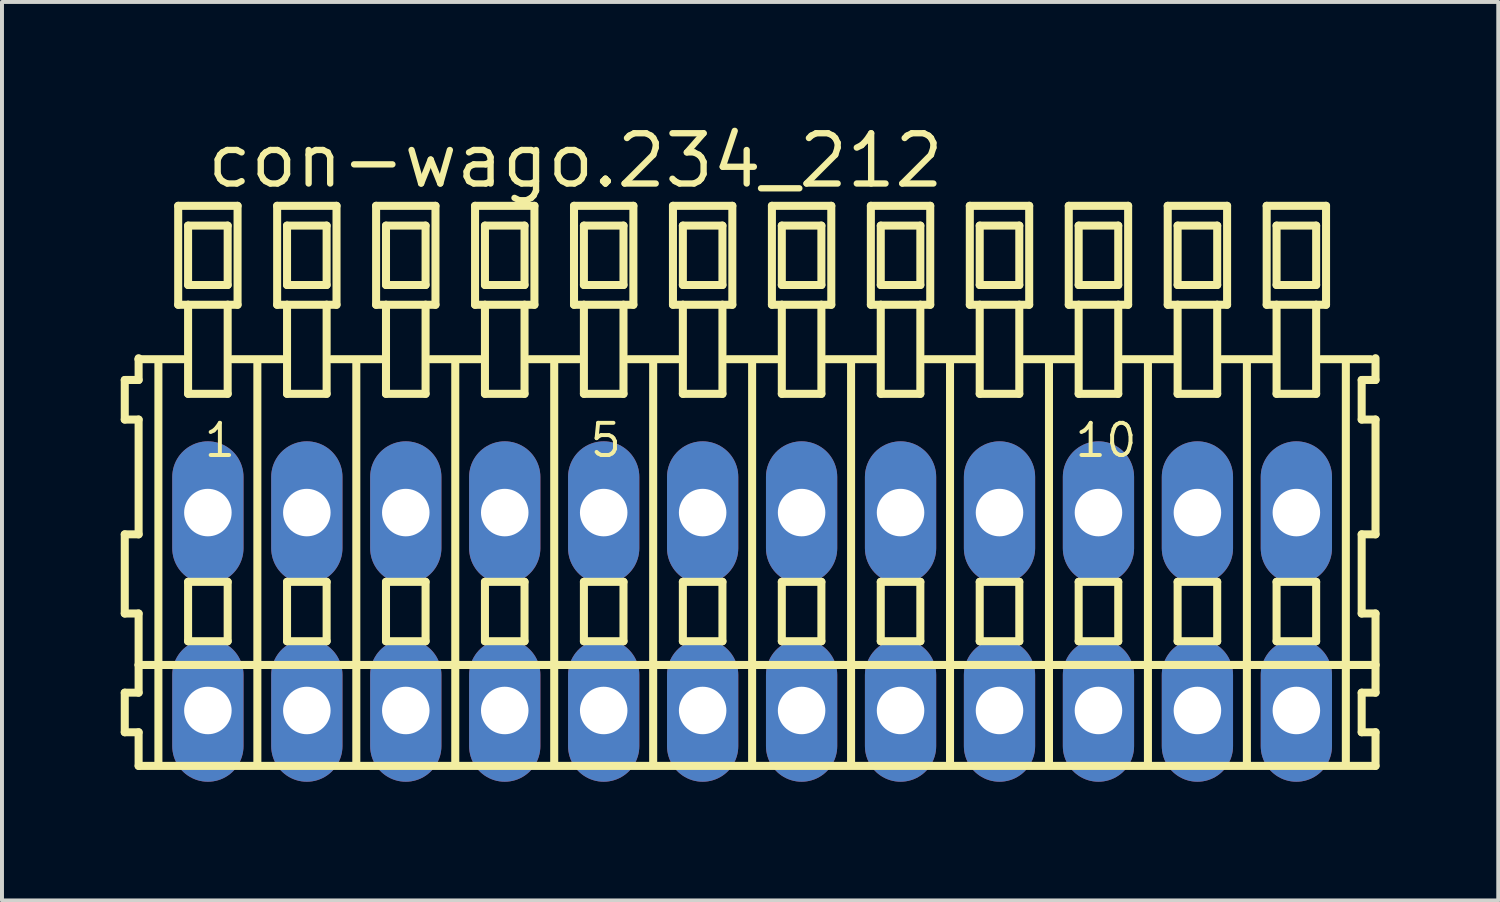
<source format=kicad_pcb>
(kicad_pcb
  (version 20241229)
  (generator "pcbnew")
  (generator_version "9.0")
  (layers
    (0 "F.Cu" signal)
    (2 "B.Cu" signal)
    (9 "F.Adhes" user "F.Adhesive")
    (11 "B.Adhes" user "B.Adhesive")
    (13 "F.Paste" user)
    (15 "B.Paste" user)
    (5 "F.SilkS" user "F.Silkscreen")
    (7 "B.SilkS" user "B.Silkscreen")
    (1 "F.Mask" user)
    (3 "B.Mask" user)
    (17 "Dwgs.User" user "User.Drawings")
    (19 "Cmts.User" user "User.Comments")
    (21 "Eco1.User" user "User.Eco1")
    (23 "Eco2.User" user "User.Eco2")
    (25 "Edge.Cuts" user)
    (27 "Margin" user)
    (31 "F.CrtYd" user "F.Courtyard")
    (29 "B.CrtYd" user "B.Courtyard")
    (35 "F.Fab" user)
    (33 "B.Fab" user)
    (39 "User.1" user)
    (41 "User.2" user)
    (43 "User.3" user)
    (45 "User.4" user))
  (footprint "con-wago.234_212"
    (layer "F.Cu")
    (at 15.952 12.4)
    (property "Reference" "con-wago.234_212" (at -13.85 -10.65 0) (layer "F.SilkS") (effects (font (size 1.27 1.27) (thickness 0.16)) (justify left bottom)))
    (attr through_hole)
    (fp_line (start -15.85 -5.85) (end -15.85 -4.85) (stroke (width 0.203) (type default)) (layer "F.SilkS"))
    (fp_line (start -15.85 -4.85) (end -15.5 -4.85) (stroke (width 0.203) (type default)) (layer "F.SilkS"))
    (fp_line (start -15.85 -1.95) (end -15.85 0.05) (stroke (width 0.203) (type default)) (layer "F.SilkS"))
    (fp_line (start -15.85 0.05) (end -15.5 0.05) (stroke (width 0.203) (type default)) (layer "F.SilkS"))
    (fp_line (start -15.85 2.05) (end -15.85 3.05) (stroke (width 0.203) (type default)) (layer "F.SilkS"))
    (fp_line (start -15.85 3.05) (end -15.5 3.05) (stroke (width 0.203) (type default)) (layer "F.SilkS"))
    (fp_line (start -15.5 -6.4) (end -15.5 -6.375) (stroke (width 0.203) (type default)) (layer "F.SilkS"))
    (fp_line (start -15.5 -6.375) (end -15.5 -5.85) (stroke (width 0.203) (type default)) (layer "F.SilkS"))
    (fp_line (start -15.5 -6.375) (end -14.375 -6.375) (stroke (width 0.203) (type default)) (layer "F.SilkS"))
    (fp_line (start -15.5 -5.85) (end -15.85 -5.85) (stroke (width 0.203) (type default)) (layer "F.SilkS"))
    (fp_line (start -15.5 -4.85) (end -15.5 -1.95) (stroke (width 0.203) (type default)) (layer "F.SilkS"))
    (fp_line (start -15.5 -1.95) (end -15.85 -1.95) (stroke (width 0.203) (type default)) (layer "F.SilkS"))
    (fp_line (start -15.5 0.05) (end -15.5 1.35) (stroke (width 0.203) (type default)) (layer "F.SilkS"))
    (fp_line (start -15.5 1.35) (end -15.5 2.05) (stroke (width 0.203) (type default)) (layer "F.SilkS"))
    (fp_line (start -15.5 1.35) (end 15.75 1.35) (stroke (width 0.203) (type default)) (layer "F.SilkS"))
    (fp_line (start -15.5 2.05) (end -15.85 2.05) (stroke (width 0.203) (type default)) (layer "F.SilkS"))
    (fp_line (start -15.5 3.05) (end -15.5 3.9) (stroke (width 0.203) (type default)) (layer "F.SilkS"))
    (fp_line (start -15.5 3.9) (end 15.75 3.9) (stroke (width 0.203) (type default)) (layer "F.SilkS"))
    (fp_line (start -15 -6.35) (end -15 3.8) (stroke (width 0.203) (type default)) (layer "F.SilkS"))
    (fp_line (start -14.5 -10.25) (end -14.5 -7.75) (stroke (width 0.203) (type default)) (layer "F.SilkS"))
    (fp_line (start -14.5 -7.75) (end -14.25 -7.75) (stroke (width 0.203) (type default)) (layer "F.SilkS"))
    (fp_line (start -14.25 -9.75) (end -14.25 -8.25) (stroke (width 0.203) (type default)) (layer "F.SilkS"))
    (fp_line (start -14.25 -8.25) (end -13.25 -8.25) (stroke (width 0.203) (type default)) (layer "F.SilkS"))
    (fp_line (start -14.25 -7.75) (end -14.25 -5.5) (stroke (width 0.203) (type default)) (layer "F.SilkS"))
    (fp_line (start -14.25 -7.75) (end -13.25 -7.75) (stroke (width 0.203) (type default)) (layer "F.SilkS"))
    (fp_line (start -14.25 -5.5) (end -13.25 -5.5) (stroke (width 0.203) (type default)) (layer "F.SilkS"))
    (fp_line (start -14.25 -0.75) (end -14.25 0.75) (stroke (width 0.203) (type default)) (layer "F.SilkS"))
    (fp_line (start -14.25 0.75) (end -13.25 0.75) (stroke (width 0.203) (type default)) (layer "F.SilkS"))
    (fp_line (start -13.25 -9.75) (end -14.25 -9.75) (stroke (width 0.203) (type default)) (layer "F.SilkS"))
    (fp_line (start -13.25 -8.25) (end -13.25 -9.75) (stroke (width 0.203) (type default)) (layer "F.SilkS"))
    (fp_line (start -13.25 -7.75) (end -13 -7.75) (stroke (width 0.203) (type default)) (layer "F.SilkS"))
    (fp_line (start -13.25 -5.5) (end -13.25 -7.75) (stroke (width 0.203) (type default)) (layer "F.SilkS"))
    (fp_line (start -13.25 -0.75) (end -14.25 -0.75) (stroke (width 0.203) (type default)) (layer "F.SilkS"))
    (fp_line (start -13.25 0.75) (end -13.25 -0.75) (stroke (width 0.203) (type default)) (layer "F.SilkS"))
    (fp_line (start -13.125 -6.375) (end -11.875 -6.375) (stroke (width 0.203) (type default)) (layer "F.SilkS"))
    (fp_line (start -13 -10.25) (end -14.5 -10.25) (stroke (width 0.203) (type default)) (layer "F.SilkS"))
    (fp_line (start -13 -7.75) (end -13 -10.25) (stroke (width 0.203) (type default)) (layer "F.SilkS"))
    (fp_line (start -12.5 -6.35) (end -12.5 3.8) (stroke (width 0.203) (type default)) (layer "F.SilkS"))
    (fp_line (start -12 -10.25) (end -12 -7.75) (stroke (width 0.203) (type default)) (layer "F.SilkS"))
    (fp_line (start -12 -7.75) (end -11.75 -7.75) (stroke (width 0.203) (type default)) (layer "F.SilkS"))
    (fp_line (start -11.75 -9.75) (end -11.75 -8.25) (stroke (width 0.203) (type default)) (layer "F.SilkS"))
    (fp_line (start -11.75 -8.25) (end -10.75 -8.25) (stroke (width 0.203) (type default)) (layer "F.SilkS"))
    (fp_line (start -11.75 -7.75) (end -11.75 -5.5) (stroke (width 0.203) (type default)) (layer "F.SilkS"))
    (fp_line (start -11.75 -7.75) (end -10.75 -7.75) (stroke (width 0.203) (type default)) (layer "F.SilkS"))
    (fp_line (start -11.75 -5.5) (end -10.75 -5.5) (stroke (width 0.203) (type default)) (layer "F.SilkS"))
    (fp_line (start -11.75 -0.75) (end -11.75 0.75) (stroke (width 0.203) (type default)) (layer "F.SilkS"))
    (fp_line (start -11.75 0.75) (end -10.75 0.75) (stroke (width 0.203) (type default)) (layer "F.SilkS"))
    (fp_line (start -10.75 -9.75) (end -11.75 -9.75) (stroke (width 0.203) (type default)) (layer "F.SilkS"))
    (fp_line (start -10.75 -8.25) (end -10.75 -9.75) (stroke (width 0.203) (type default)) (layer "F.SilkS"))
    (fp_line (start -10.75 -7.75) (end -10.5 -7.75) (stroke (width 0.203) (type default)) (layer "F.SilkS"))
    (fp_line (start -10.75 -5.5) (end -10.75 -7.75) (stroke (width 0.203) (type default)) (layer "F.SilkS"))
    (fp_line (start -10.75 -0.75) (end -11.75 -0.75) (stroke (width 0.203) (type default)) (layer "F.SilkS"))
    (fp_line (start -10.75 0.75) (end -10.75 -0.75) (stroke (width 0.203) (type default)) (layer "F.SilkS"))
    (fp_line (start -10.625 -6.375) (end -9.375 -6.375) (stroke (width 0.203) (type default)) (layer "F.SilkS"))
    (fp_line (start -10.5 -10.25) (end -12 -10.25) (stroke (width 0.203) (type default)) (layer "F.SilkS"))
    (fp_line (start -10.5 -7.75) (end -10.5 -10.25) (stroke (width 0.203) (type default)) (layer "F.SilkS"))
    (fp_line (start -10 -6.35) (end -10 3.8) (stroke (width 0.203) (type default)) (layer "F.SilkS"))
    (fp_line (start -9.5 -10.25) (end -9.5 -7.75) (stroke (width 0.203) (type default)) (layer "F.SilkS"))
    (fp_line (start -9.5 -7.75) (end -9.25 -7.75) (stroke (width 0.203) (type default)) (layer "F.SilkS"))
    (fp_line (start -9.25 -9.75) (end -9.25 -8.25) (stroke (width 0.203) (type default)) (layer "F.SilkS"))
    (fp_line (start -9.25 -8.25) (end -8.25 -8.25) (stroke (width 0.203) (type default)) (layer "F.SilkS"))
    (fp_line (start -9.25 -7.75) (end -9.25 -5.5) (stroke (width 0.203) (type default)) (layer "F.SilkS"))
    (fp_line (start -9.25 -7.75) (end -8.25 -7.75) (stroke (width 0.203) (type default)) (layer "F.SilkS"))
    (fp_line (start -9.25 -5.5) (end -8.25 -5.5) (stroke (width 0.203) (type default)) (layer "F.SilkS"))
    (fp_line (start -9.25 -0.75) (end -9.25 0.75) (stroke (width 0.203) (type default)) (layer "F.SilkS"))
    (fp_line (start -9.25 0.75) (end -8.25 0.75) (stroke (width 0.203) (type default)) (layer "F.SilkS"))
    (fp_line (start -8.25 -9.75) (end -9.25 -9.75) (stroke (width 0.203) (type default)) (layer "F.SilkS"))
    (fp_line (start -8.25 -8.25) (end -8.25 -9.75) (stroke (width 0.203) (type default)) (layer "F.SilkS"))
    (fp_line (start -8.25 -7.75) (end -8 -7.75) (stroke (width 0.203) (type default)) (layer "F.SilkS"))
    (fp_line (start -8.25 -5.5) (end -8.25 -7.75) (stroke (width 0.203) (type default)) (layer "F.SilkS"))
    (fp_line (start -8.25 -0.75) (end -9.25 -0.75) (stroke (width 0.203) (type default)) (layer "F.SilkS"))
    (fp_line (start -8.25 0.75) (end -8.25 -0.75) (stroke (width 0.203) (type default)) (layer "F.SilkS"))
    (fp_line (start -8.125 -6.375) (end -6.875 -6.375) (stroke (width 0.203) (type default)) (layer "F.SilkS"))
    (fp_line (start -8 -10.25) (end -9.5 -10.25) (stroke (width 0.203) (type default)) (layer "F.SilkS"))
    (fp_line (start -8 -7.75) (end -8 -10.25) (stroke (width 0.203) (type default)) (layer "F.SilkS"))
    (fp_line (start -7.5 -6.35) (end -7.5 3.8) (stroke (width 0.203) (type default)) (layer "F.SilkS"))
    (fp_line (start -7 -10.25) (end -7 -7.75) (stroke (width 0.203) (type default)) (layer "F.SilkS"))
    (fp_line (start -7 -7.75) (end -6.75 -7.75) (stroke (width 0.203) (type default)) (layer "F.SilkS"))
    (fp_line (start -6.75 -9.75) (end -6.75 -8.25) (stroke (width 0.203) (type default)) (layer "F.SilkS"))
    (fp_line (start -6.75 -8.25) (end -5.75 -8.25) (stroke (width 0.203) (type default)) (layer "F.SilkS"))
    (fp_line (start -6.75 -7.75) (end -6.75 -5.5) (stroke (width 0.203) (type default)) (layer "F.SilkS"))
    (fp_line (start -6.75 -7.75) (end -5.75 -7.75) (stroke (width 0.203) (type default)) (layer "F.SilkS"))
    (fp_line (start -6.75 -5.5) (end -5.75 -5.5) (stroke (width 0.203) (type default)) (layer "F.SilkS"))
    (fp_line (start -6.75 -0.75) (end -6.75 0.75) (stroke (width 0.203) (type default)) (layer "F.SilkS"))
    (fp_line (start -6.75 0.75) (end -5.75 0.75) (stroke (width 0.203) (type default)) (layer "F.SilkS"))
    (fp_line (start -5.75 -9.75) (end -6.75 -9.75) (stroke (width 0.203) (type default)) (layer "F.SilkS"))
    (fp_line (start -5.75 -8.25) (end -5.75 -9.75) (stroke (width 0.203) (type default)) (layer "F.SilkS"))
    (fp_line (start -5.75 -7.75) (end -5.5 -7.75) (stroke (width 0.203) (type default)) (layer "F.SilkS"))
    (fp_line (start -5.75 -5.5) (end -5.75 -7.75) (stroke (width 0.203) (type default)) (layer "F.SilkS"))
    (fp_line (start -5.75 -0.75) (end -6.75 -0.75) (stroke (width 0.203) (type default)) (layer "F.SilkS"))
    (fp_line (start -5.75 0.75) (end -5.75 -0.75) (stroke (width 0.203) (type default)) (layer "F.SilkS"))
    (fp_line (start -5.625 -6.375) (end -4.375 -6.375) (stroke (width 0.203) (type default)) (layer "F.SilkS"))
    (fp_line (start -5.5 -10.25) (end -7 -10.25) (stroke (width 0.203) (type default)) (layer "F.SilkS"))
    (fp_line (start -5.5 -7.75) (end -5.5 -10.25) (stroke (width 0.203) (type default)) (layer "F.SilkS"))
    (fp_line (start -5 -6.35) (end -5 3.8) (stroke (width 0.203) (type default)) (layer "F.SilkS"))
    (fp_line (start -4.5 -10.25) (end -4.5 -7.75) (stroke (width 0.203) (type default)) (layer "F.SilkS"))
    (fp_line (start -4.5 -7.75) (end -4.25 -7.75) (stroke (width 0.203) (type default)) (layer "F.SilkS"))
    (fp_line (start -4.25 -9.75) (end -4.25 -8.25) (stroke (width 0.203) (type default)) (layer "F.SilkS"))
    (fp_line (start -4.25 -8.25) (end -3.25 -8.25) (stroke (width 0.203) (type default)) (layer "F.SilkS"))
    (fp_line (start -4.25 -7.75) (end -4.25 -5.5) (stroke (width 0.203) (type default)) (layer "F.SilkS"))
    (fp_line (start -4.25 -7.75) (end -3.25 -7.75) (stroke (width 0.203) (type default)) (layer "F.SilkS"))
    (fp_line (start -4.25 -5.5) (end -3.25 -5.5) (stroke (width 0.203) (type default)) (layer "F.SilkS"))
    (fp_line (start -4.25 -0.75) (end -4.25 0.75) (stroke (width 0.203) (type default)) (layer "F.SilkS"))
    (fp_line (start -4.25 0.75) (end -3.25 0.75) (stroke (width 0.203) (type default)) (layer "F.SilkS"))
    (fp_line (start -3.25 -9.75) (end -4.25 -9.75) (stroke (width 0.203) (type default)) (layer "F.SilkS"))
    (fp_line (start -3.25 -8.25) (end -3.25 -9.75) (stroke (width 0.203) (type default)) (layer "F.SilkS"))
    (fp_line (start -3.25 -7.75) (end -3 -7.75) (stroke (width 0.203) (type default)) (layer "F.SilkS"))
    (fp_line (start -3.25 -5.5) (end -3.25 -7.75) (stroke (width 0.203) (type default)) (layer "F.SilkS"))
    (fp_line (start -3.25 -0.75) (end -4.25 -0.75) (stroke (width 0.203) (type default)) (layer "F.SilkS"))
    (fp_line (start -3.25 0.75) (end -3.25 -0.75) (stroke (width 0.203) (type default)) (layer "F.SilkS"))
    (fp_line (start -3.125 -6.375) (end -1.875 -6.375) (stroke (width 0.203) (type default)) (layer "F.SilkS"))
    (fp_line (start -3 -10.25) (end -4.5 -10.25) (stroke (width 0.203) (type default)) (layer "F.SilkS"))
    (fp_line (start -3 -7.75) (end -3 -10.25) (stroke (width 0.203) (type default)) (layer "F.SilkS"))
    (fp_line (start -2.5 -6.35) (end -2.5 3.8) (stroke (width 0.203) (type default)) (layer "F.SilkS"))
    (fp_line (start -2 -10.25) (end -2 -7.75) (stroke (width 0.203) (type default)) (layer "F.SilkS"))
    (fp_line (start -2 -7.75) (end -1.75 -7.75) (stroke (width 0.203) (type default)) (layer "F.SilkS"))
    (fp_line (start -1.75 -9.75) (end -1.75 -8.25) (stroke (width 0.203) (type default)) (layer "F.SilkS"))
    (fp_line (start -1.75 -8.25) (end -0.75 -8.25) (stroke (width 0.203) (type default)) (layer "F.SilkS"))
    (fp_line (start -1.75 -7.75) (end -1.75 -5.5) (stroke (width 0.203) (type default)) (layer "F.SilkS"))
    (fp_line (start -1.75 -7.75) (end -0.75 -7.75) (stroke (width 0.203) (type default)) (layer "F.SilkS"))
    (fp_line (start -1.75 -5.5) (end -0.75 -5.5) (stroke (width 0.203) (type default)) (layer "F.SilkS"))
    (fp_line (start -1.75 -0.75) (end -1.75 0.75) (stroke (width 0.203) (type default)) (layer "F.SilkS"))
    (fp_line (start -1.75 0.75) (end -0.75 0.75) (stroke (width 0.203) (type default)) (layer "F.SilkS"))
    (fp_line (start -0.75 -9.75) (end -1.75 -9.75) (stroke (width 0.203) (type default)) (layer "F.SilkS"))
    (fp_line (start -0.75 -8.25) (end -0.75 -9.75) (stroke (width 0.203) (type default)) (layer "F.SilkS"))
    (fp_line (start -0.75 -7.75) (end -0.5 -7.75) (stroke (width 0.203) (type default)) (layer "F.SilkS"))
    (fp_line (start -0.75 -5.5) (end -0.75 -7.75) (stroke (width 0.203) (type default)) (layer "F.SilkS"))
    (fp_line (start -0.75 -0.75) (end -1.75 -0.75) (stroke (width 0.203) (type default)) (layer "F.SilkS"))
    (fp_line (start -0.75 0.75) (end -0.75 -0.75) (stroke (width 0.203) (type default)) (layer "F.SilkS"))
    (fp_line (start -0.625 -6.375) (end 0.625 -6.375) (stroke (width 0.203) (type default)) (layer "F.SilkS"))
    (fp_line (start -0.5 -10.25) (end -2 -10.25) (stroke (width 0.203) (type default)) (layer "F.SilkS"))
    (fp_line (start -0.5 -7.75) (end -0.5 -10.25) (stroke (width 0.203) (type default)) (layer "F.SilkS"))
    (fp_line (start 0 -6.35) (end 0 3.8) (stroke (width 0.203) (type default)) (layer "F.SilkS"))
    (fp_line (start 0.5 -10.25) (end 0.5 -7.75) (stroke (width 0.203) (type default)) (layer "F.SilkS"))
    (fp_line (start 0.5 -7.75) (end 0.75 -7.75) (stroke (width 0.203) (type default)) (layer "F.SilkS"))
    (fp_line (start 0.75 -9.75) (end 0.75 -8.25) (stroke (width 0.203) (type default)) (layer "F.SilkS"))
    (fp_line (start 0.75 -8.25) (end 1.75 -8.25) (stroke (width 0.203) (type default)) (layer "F.SilkS"))
    (fp_line (start 0.75 -7.75) (end 0.75 -5.5) (stroke (width 0.203) (type default)) (layer "F.SilkS"))
    (fp_line (start 0.75 -7.75) (end 1.75 -7.75) (stroke (width 0.203) (type default)) (layer "F.SilkS"))
    (fp_line (start 0.75 -5.5) (end 1.75 -5.5) (stroke (width 0.203) (type default)) (layer "F.SilkS"))
    (fp_line (start 0.75 -0.75) (end 0.75 0.75) (stroke (width 0.203) (type default)) (layer "F.SilkS"))
    (fp_line (start 0.75 0.75) (end 1.75 0.75) (stroke (width 0.203) (type default)) (layer "F.SilkS"))
    (fp_line (start 1.75 -9.75) (end 0.75 -9.75) (stroke (width 0.203) (type default)) (layer "F.SilkS"))
    (fp_line (start 1.75 -8.25) (end 1.75 -9.75) (stroke (width 0.203) (type default)) (layer "F.SilkS"))
    (fp_line (start 1.75 -7.75) (end 2 -7.75) (stroke (width 0.203) (type default)) (layer "F.SilkS"))
    (fp_line (start 1.75 -5.5) (end 1.75 -7.75) (stroke (width 0.203) (type default)) (layer "F.SilkS"))
    (fp_line (start 1.75 -0.75) (end 0.75 -0.75) (stroke (width 0.203) (type default)) (layer "F.SilkS"))
    (fp_line (start 1.75 0.75) (end 1.75 -0.75) (stroke (width 0.203) (type default)) (layer "F.SilkS"))
    (fp_line (start 1.875 -6.375) (end 3.125 -6.375) (stroke (width 0.203) (type default)) (layer "F.SilkS"))
    (fp_line (start 2 -10.25) (end 0.5 -10.25) (stroke (width 0.203) (type default)) (layer "F.SilkS"))
    (fp_line (start 2 -7.75) (end 2 -10.25) (stroke (width 0.203) (type default)) (layer "F.SilkS"))
    (fp_line (start 2.5 -6.35) (end 2.5 3.8) (stroke (width 0.203) (type default)) (layer "F.SilkS"))
    (fp_line (start 3 -10.25) (end 3 -7.75) (stroke (width 0.203) (type default)) (layer "F.SilkS"))
    (fp_line (start 3 -7.75) (end 3.25 -7.75) (stroke (width 0.203) (type default)) (layer "F.SilkS"))
    (fp_line (start 3.25 -9.75) (end 3.25 -8.25) (stroke (width 0.203) (type default)) (layer "F.SilkS"))
    (fp_line (start 3.25 -8.25) (end 4.25 -8.25) (stroke (width 0.203) (type default)) (layer "F.SilkS"))
    (fp_line (start 3.25 -7.75) (end 3.25 -5.5) (stroke (width 0.203) (type default)) (layer "F.SilkS"))
    (fp_line (start 3.25 -7.75) (end 4.25 -7.75) (stroke (width 0.203) (type default)) (layer "F.SilkS"))
    (fp_line (start 3.25 -5.5) (end 4.25 -5.5) (stroke (width 0.203) (type default)) (layer "F.SilkS"))
    (fp_line (start 3.25 -0.75) (end 3.25 0.75) (stroke (width 0.203) (type default)) (layer "F.SilkS"))
    (fp_line (start 3.25 0.75) (end 4.25 0.75) (stroke (width 0.203) (type default)) (layer "F.SilkS"))
    (fp_line (start 4.25 -9.75) (end 3.25 -9.75) (stroke (width 0.203) (type default)) (layer "F.SilkS"))
    (fp_line (start 4.25 -8.25) (end 4.25 -9.75) (stroke (width 0.203) (type default)) (layer "F.SilkS"))
    (fp_line (start 4.25 -7.75) (end 4.5 -7.75) (stroke (width 0.203) (type default)) (layer "F.SilkS"))
    (fp_line (start 4.25 -5.5) (end 4.25 -7.75) (stroke (width 0.203) (type default)) (layer "F.SilkS"))
    (fp_line (start 4.25 -0.75) (end 3.25 -0.75) (stroke (width 0.203) (type default)) (layer "F.SilkS"))
    (fp_line (start 4.25 0.75) (end 4.25 -0.75) (stroke (width 0.203) (type default)) (layer "F.SilkS"))
    (fp_line (start 4.375 -6.375) (end 5.625 -6.375) (stroke (width 0.203) (type default)) (layer "F.SilkS"))
    (fp_line (start 4.5 -10.25) (end 3 -10.25) (stroke (width 0.203) (type default)) (layer "F.SilkS"))
    (fp_line (start 4.5 -7.75) (end 4.5 -10.25) (stroke (width 0.203) (type default)) (layer "F.SilkS"))
    (fp_line (start 5 -6.35) (end 5 3.8) (stroke (width 0.203) (type default)) (layer "F.SilkS"))
    (fp_line (start 5.5 -10.25) (end 5.5 -7.75) (stroke (width 0.203) (type default)) (layer "F.SilkS"))
    (fp_line (start 5.5 -7.75) (end 5.75 -7.75) (stroke (width 0.203) (type default)) (layer "F.SilkS"))
    (fp_line (start 5.75 -9.75) (end 5.75 -8.25) (stroke (width 0.203) (type default)) (layer "F.SilkS"))
    (fp_line (start 5.75 -8.25) (end 6.75 -8.25) (stroke (width 0.203) (type default)) (layer "F.SilkS"))
    (fp_line (start 5.75 -7.75) (end 5.75 -5.5) (stroke (width 0.203) (type default)) (layer "F.SilkS"))
    (fp_line (start 5.75 -7.75) (end 6.75 -7.75) (stroke (width 0.203) (type default)) (layer "F.SilkS"))
    (fp_line (start 5.75 -5.5) (end 6.75 -5.5) (stroke (width 0.203) (type default)) (layer "F.SilkS"))
    (fp_line (start 5.75 -0.75) (end 5.75 0.75) (stroke (width 0.203) (type default)) (layer "F.SilkS"))
    (fp_line (start 5.75 0.75) (end 6.75 0.75) (stroke (width 0.203) (type default)) (layer "F.SilkS"))
    (fp_line (start 6.75 -9.75) (end 5.75 -9.75) (stroke (width 0.203) (type default)) (layer "F.SilkS"))
    (fp_line (start 6.75 -8.25) (end 6.75 -9.75) (stroke (width 0.203) (type default)) (layer "F.SilkS"))
    (fp_line (start 6.75 -7.75) (end 7 -7.75) (stroke (width 0.203) (type default)) (layer "F.SilkS"))
    (fp_line (start 6.75 -5.5) (end 6.75 -7.75) (stroke (width 0.203) (type default)) (layer "F.SilkS"))
    (fp_line (start 6.75 -0.75) (end 5.75 -0.75) (stroke (width 0.203) (type default)) (layer "F.SilkS"))
    (fp_line (start 6.75 0.75) (end 6.75 -0.75) (stroke (width 0.203) (type default)) (layer "F.SilkS"))
    (fp_line (start 6.875 -6.375) (end 8.125 -6.375) (stroke (width 0.203) (type default)) (layer "F.SilkS"))
    (fp_line (start 7 -10.25) (end 5.5 -10.25) (stroke (width 0.203) (type default)) (layer "F.SilkS"))
    (fp_line (start 7 -7.75) (end 7 -10.25) (stroke (width 0.203) (type default)) (layer "F.SilkS"))
    (fp_line (start 7.5 -6.35) (end 7.5 3.8) (stroke (width 0.203) (type default)) (layer "F.SilkS"))
    (fp_line (start 8 -10.25) (end 8 -7.75) (stroke (width 0.203) (type default)) (layer "F.SilkS"))
    (fp_line (start 8 -7.75) (end 8.25 -7.75) (stroke (width 0.203) (type default)) (layer "F.SilkS"))
    (fp_line (start 8.25 -9.75) (end 8.25 -8.25) (stroke (width 0.203) (type default)) (layer "F.SilkS"))
    (fp_line (start 8.25 -8.25) (end 9.25 -8.25) (stroke (width 0.203) (type default)) (layer "F.SilkS"))
    (fp_line (start 8.25 -7.75) (end 8.25 -5.5) (stroke (width 0.203) (type default)) (layer "F.SilkS"))
    (fp_line (start 8.25 -7.75) (end 9.25 -7.75) (stroke (width 0.203) (type default)) (layer "F.SilkS"))
    (fp_line (start 8.25 -5.5) (end 9.25 -5.5) (stroke (width 0.203) (type default)) (layer "F.SilkS"))
    (fp_line (start 8.25 -0.75) (end 8.25 0.75) (stroke (width 0.203) (type default)) (layer "F.SilkS"))
    (fp_line (start 8.25 0.75) (end 9.25 0.75) (stroke (width 0.203) (type default)) (layer "F.SilkS"))
    (fp_line (start 9.25 -9.75) (end 8.25 -9.75) (stroke (width 0.203) (type default)) (layer "F.SilkS"))
    (fp_line (start 9.25 -8.25) (end 9.25 -9.75) (stroke (width 0.203) (type default)) (layer "F.SilkS"))
    (fp_line (start 9.25 -7.75) (end 9.5 -7.75) (stroke (width 0.203) (type default)) (layer "F.SilkS"))
    (fp_line (start 9.25 -5.5) (end 9.25 -7.75) (stroke (width 0.203) (type default)) (layer "F.SilkS"))
    (fp_line (start 9.25 -0.75) (end 8.25 -0.75) (stroke (width 0.203) (type default)) (layer "F.SilkS"))
    (fp_line (start 9.25 0.75) (end 9.25 -0.75) (stroke (width 0.203) (type default)) (layer "F.SilkS"))
    (fp_line (start 9.375 -6.375) (end 10.625 -6.375) (stroke (width 0.203) (type default)) (layer "F.SilkS"))
    (fp_line (start 9.5 -10.25) (end 8 -10.25) (stroke (width 0.203) (type default)) (layer "F.SilkS"))
    (fp_line (start 9.5 -7.75) (end 9.5 -10.25) (stroke (width 0.203) (type default)) (layer "F.SilkS"))
    (fp_line (start 10 -6.35) (end 10 3.8) (stroke (width 0.203) (type default)) (layer "F.SilkS"))
    (fp_line (start 10.5 -10.25) (end 10.5 -7.75) (stroke (width 0.203) (type default)) (layer "F.SilkS"))
    (fp_line (start 10.5 -7.75) (end 10.75 -7.75) (stroke (width 0.203) (type default)) (layer "F.SilkS"))
    (fp_line (start 10.75 -9.75) (end 10.75 -8.25) (stroke (width 0.203) (type default)) (layer "F.SilkS"))
    (fp_line (start 10.75 -8.25) (end 11.75 -8.25) (stroke (width 0.203) (type default)) (layer "F.SilkS"))
    (fp_line (start 10.75 -7.75) (end 10.75 -5.5) (stroke (width 0.203) (type default)) (layer "F.SilkS"))
    (fp_line (start 10.75 -7.75) (end 11.75 -7.75) (stroke (width 0.203) (type default)) (layer "F.SilkS"))
    (fp_line (start 10.75 -5.5) (end 11.75 -5.5) (stroke (width 0.203) (type default)) (layer "F.SilkS"))
    (fp_line (start 10.75 -0.75) (end 10.75 0.75) (stroke (width 0.203) (type default)) (layer "F.SilkS"))
    (fp_line (start 10.75 0.75) (end 11.75 0.75) (stroke (width 0.203) (type default)) (layer "F.SilkS"))
    (fp_line (start 11.75 -9.75) (end 10.75 -9.75) (stroke (width 0.203) (type default)) (layer "F.SilkS"))
    (fp_line (start 11.75 -8.25) (end 11.75 -9.75) (stroke (width 0.203) (type default)) (layer "F.SilkS"))
    (fp_line (start 11.75 -7.75) (end 12 -7.75) (stroke (width 0.203) (type default)) (layer "F.SilkS"))
    (fp_line (start 11.75 -5.5) (end 11.75 -7.75) (stroke (width 0.203) (type default)) (layer "F.SilkS"))
    (fp_line (start 11.75 -0.75) (end 10.75 -0.75) (stroke (width 0.203) (type default)) (layer "F.SilkS"))
    (fp_line (start 11.75 0.75) (end 11.75 -0.75) (stroke (width 0.203) (type default)) (layer "F.SilkS"))
    (fp_line (start 11.875 -6.375) (end 13.125 -6.375) (stroke (width 0.203) (type default)) (layer "F.SilkS"))
    (fp_line (start 12 -10.25) (end 10.5 -10.25) (stroke (width 0.203) (type default)) (layer "F.SilkS"))
    (fp_line (start 12 -7.75) (end 12 -10.25) (stroke (width 0.203) (type default)) (layer "F.SilkS"))
    (fp_line (start 12.5 -6.35) (end 12.5 3.8) (stroke (width 0.203) (type default)) (layer "F.SilkS"))
    (fp_line (start 13 -10.25) (end 13 -7.75) (stroke (width 0.203) (type default)) (layer "F.SilkS"))
    (fp_line (start 13 -7.75) (end 13.25 -7.75) (stroke (width 0.203) (type default)) (layer "F.SilkS"))
    (fp_line (start 13.25 -9.75) (end 13.25 -8.25) (stroke (width 0.203) (type default)) (layer "F.SilkS"))
    (fp_line (start 13.25 -8.25) (end 14.25 -8.25) (stroke (width 0.203) (type default)) (layer "F.SilkS"))
    (fp_line (start 13.25 -7.75) (end 13.25 -5.5) (stroke (width 0.203) (type default)) (layer "F.SilkS"))
    (fp_line (start 13.25 -7.75) (end 14.25 -7.75) (stroke (width 0.203) (type default)) (layer "F.SilkS"))
    (fp_line (start 13.25 -5.5) (end 14.25 -5.5) (stroke (width 0.203) (type default)) (layer "F.SilkS"))
    (fp_line (start 13.25 -0.75) (end 13.25 0.75) (stroke (width 0.203) (type default)) (layer "F.SilkS"))
    (fp_line (start 13.25 0.75) (end 14.25 0.75) (stroke (width 0.203) (type default)) (layer "F.SilkS"))
    (fp_line (start 14.25 -9.75) (end 13.25 -9.75) (stroke (width 0.203) (type default)) (layer "F.SilkS"))
    (fp_line (start 14.25 -8.25) (end 14.25 -9.75) (stroke (width 0.203) (type default)) (layer "F.SilkS"))
    (fp_line (start 14.25 -7.75) (end 14.5 -7.75) (stroke (width 0.203) (type default)) (layer "F.SilkS"))
    (fp_line (start 14.25 -5.5) (end 14.25 -7.75) (stroke (width 0.203) (type default)) (layer "F.SilkS"))
    (fp_line (start 14.25 -0.75) (end 13.25 -0.75) (stroke (width 0.203) (type default)) (layer "F.SilkS"))
    (fp_line (start 14.25 0.75) (end 14.25 -0.75) (stroke (width 0.203) (type default)) (layer "F.SilkS"))
    (fp_line (start 14.375 -6.375) (end 15.625 -6.375) (stroke (width 0.203) (type default)) (layer "F.SilkS"))
    (fp_line (start 14.5 -10.25) (end 13 -10.25) (stroke (width 0.203) (type default)) (layer "F.SilkS"))
    (fp_line (start 14.5 -7.75) (end 14.5 -10.25) (stroke (width 0.203) (type default)) (layer "F.SilkS"))
    (fp_line (start 15 -6.35) (end 15 3.8) (stroke (width 0.203) (type default)) (layer "F.SilkS"))
    (fp_line (start 15.4 -5.85) (end 15.4 -4.85) (stroke (width 0.203) (type default)) (layer "F.SilkS"))
    (fp_line (start 15.4 -4.85) (end 15.75 -4.85) (stroke (width 0.203) (type default)) (layer "F.SilkS"))
    (fp_line (start 15.4 -1.95) (end 15.4 0.05) (stroke (width 0.203) (type default)) (layer "F.SilkS"))
    (fp_line (start 15.4 0.05) (end 15.75 0.05) (stroke (width 0.203) (type default)) (layer "F.SilkS"))
    (fp_line (start 15.4 2.05) (end 15.4 3.05) (stroke (width 0.203) (type default)) (layer "F.SilkS"))
    (fp_line (start 15.4 3.05) (end 15.75 3.05) (stroke (width 0.203) (type default)) (layer "F.SilkS"))
    (fp_line (start 15.75 -5.85) (end 15.4 -5.85) (stroke (width 0.203) (type default)) (layer "F.SilkS"))
    (fp_line (start 15.75 -5.85) (end 15.75 -6.4) (stroke (width 0.203) (type default)) (layer "F.SilkS"))
    (fp_line (start 15.75 -1.95) (end 15.4 -1.95) (stroke (width 0.203) (type default)) (layer "F.SilkS"))
    (fp_line (start 15.75 -1.95) (end 15.75 -4.85) (stroke (width 0.203) (type default)) (layer "F.SilkS"))
    (fp_line (start 15.75 1.35) (end 15.75 0.05) (stroke (width 0.203) (type default)) (layer "F.SilkS"))
    (fp_line (start 15.75 2.05) (end 15.4 2.05) (stroke (width 0.203) (type default)) (layer "F.SilkS"))
    (fp_line (start 15.75 2.05) (end 15.75 1.35) (stroke (width 0.203) (type default)) (layer "F.SilkS"))
    (fp_line (start 15.75 3.9) (end 15.75 3.05) (stroke (width 0.203) (type default)) (layer "F.SilkS"))
    (fp_text user "10" (at 8.1 -3.85 0) (layer "F.SilkS") (effects (font (size 0.813 0.813) (thickness 0.1)) (justify left bottom)))
    (fp_text user "5" (at -4.15 -3.85 0) (layer "F.SilkS") (effects (font (size 0.813 0.813) (thickness 0.1)) (justify left bottom)))
    (fp_text user "1" (at -13.9 -3.85 0) (layer "F.SilkS") (effects (font (size 0.813 0.813) (thickness 0.1)) (justify left bottom)))
    (pad "A1" thru_hole oval (at -13.75 -2.5 90) (size 3.6 1.8) (drill 1.2) (layers "*.Cu" "*.Mask"))
    (pad "A2" thru_hole oval (at -11.25 -2.5 90) (size 3.6 1.8) (drill 1.2) (layers "*.Cu" "*.Mask"))
    (pad "A3" thru_hole oval (at -8.75 -2.5 90) (size 3.6 1.8) (drill 1.2) (layers "*.Cu" "*.Mask"))
    (pad "A4" thru_hole oval (at -6.25 -2.5 90) (size 3.6 1.8) (drill 1.2) (layers "*.Cu" "*.Mask"))
    (pad "A5" thru_hole oval (at -3.75 -2.5 90) (size 3.6 1.8) (drill 1.2) (layers "*.Cu" "*.Mask"))
    (pad "A6" thru_hole oval (at -1.25 -2.5 90) (size 3.6 1.8) (drill 1.2) (layers "*.Cu" "*.Mask"))
    (pad "A7" thru_hole oval (at 1.25 -2.5 90) (size 3.6 1.8) (drill 1.2) (layers "*.Cu" "*.Mask"))
    (pad "A8" thru_hole oval (at 3.75 -2.5 90) (size 3.6 1.8) (drill 1.2) (layers "*.Cu" "*.Mask"))
    (pad "A9" thru_hole oval (at 6.25 -2.5 90) (size 3.6 1.8) (drill 1.2) (layers "*.Cu" "*.Mask"))
    (pad "A10" thru_hole oval (at 8.75 -2.5 90) (size 3.6 1.8) (drill 1.2) (layers "*.Cu" "*.Mask"))
    (pad "A11" thru_hole oval (at 11.25 -2.5 90) (size 3.6 1.8) (drill 1.2) (layers "*.Cu" "*.Mask"))
    (pad "A12" thru_hole oval (at 13.75 -2.5 90) (size 3.6 1.8) (drill 1.2) (layers "*.Cu" "*.Mask"))
    (pad "B1" thru_hole oval (at -13.75 2.5 90) (size 3.6 1.8) (drill 1.2) (layers "*.Cu" "*.Mask"))
    (pad "B2" thru_hole oval (at -11.25 2.5 90) (size 3.6 1.8) (drill 1.2) (layers "*.Cu" "*.Mask"))
    (pad "B3" thru_hole oval (at -8.75 2.5 90) (size 3.6 1.8) (drill 1.2) (layers "*.Cu" "*.Mask"))
    (pad "B4" thru_hole oval (at -6.25 2.5 90) (size 3.6 1.8) (drill 1.2) (layers "*.Cu" "*.Mask"))
    (pad "B5" thru_hole oval (at -3.75 2.5 90) (size 3.6 1.8) (drill 1.2) (layers "*.Cu" "*.Mask"))
    (pad "B6" thru_hole oval (at -1.25 2.5 90) (size 3.6 1.8) (drill 1.2) (layers "*.Cu" "*.Mask"))
    (pad "B7" thru_hole oval (at 1.25 2.5 90) (size 3.6 1.8) (drill 1.2) (layers "*.Cu" "*.Mask"))
    (pad "B8" thru_hole oval (at 3.75 2.5 90) (size 3.6 1.8) (drill 1.2) (layers "*.Cu" "*.Mask"))
    (pad "B9" thru_hole oval (at 6.25 2.5 90) (size 3.6 1.8) (drill 1.2) (layers "*.Cu" "*.Mask"))
    (pad "B10" thru_hole oval (at 8.75 2.5 90) (size 3.6 1.8) (drill 1.2) (layers "*.Cu" "*.Mask"))
    (pad "B11" thru_hole oval (at 11.25 2.5 90) (size 3.6 1.8) (drill 1.2) (layers "*.Cu" "*.Mask"))
    (pad "B12" thru_hole oval (at 13.75 2.5 90) (size 3.6 1.8) (drill 1.2) (layers "*.Cu" "*.Mask")))
  (gr_rect
    (start -3 -3)
    (end 34.803 19.7)
    (stroke (width 0.1) (type default))
    (fill no)
    (layer "Edge.Cuts")))
</source>
